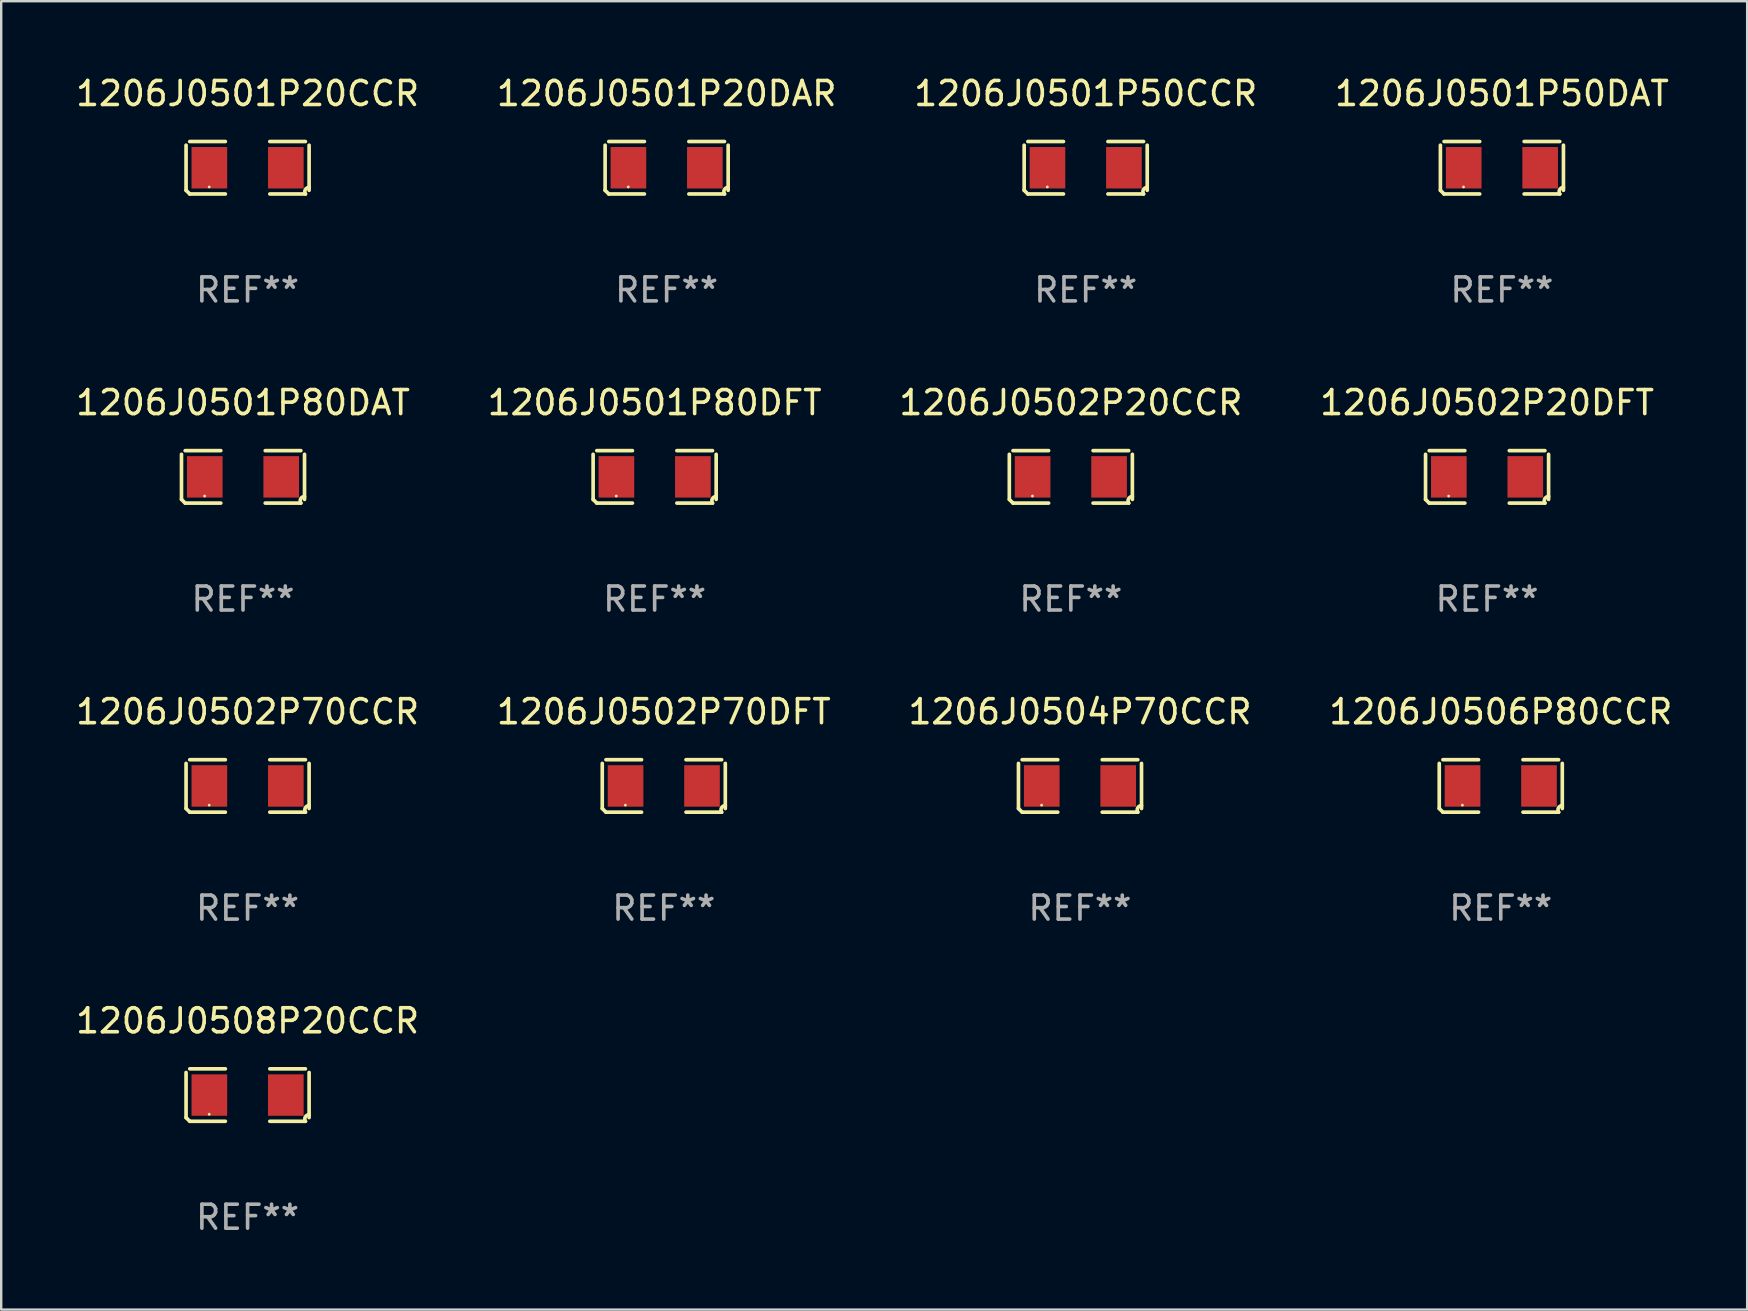
<source format=kicad_pcb>
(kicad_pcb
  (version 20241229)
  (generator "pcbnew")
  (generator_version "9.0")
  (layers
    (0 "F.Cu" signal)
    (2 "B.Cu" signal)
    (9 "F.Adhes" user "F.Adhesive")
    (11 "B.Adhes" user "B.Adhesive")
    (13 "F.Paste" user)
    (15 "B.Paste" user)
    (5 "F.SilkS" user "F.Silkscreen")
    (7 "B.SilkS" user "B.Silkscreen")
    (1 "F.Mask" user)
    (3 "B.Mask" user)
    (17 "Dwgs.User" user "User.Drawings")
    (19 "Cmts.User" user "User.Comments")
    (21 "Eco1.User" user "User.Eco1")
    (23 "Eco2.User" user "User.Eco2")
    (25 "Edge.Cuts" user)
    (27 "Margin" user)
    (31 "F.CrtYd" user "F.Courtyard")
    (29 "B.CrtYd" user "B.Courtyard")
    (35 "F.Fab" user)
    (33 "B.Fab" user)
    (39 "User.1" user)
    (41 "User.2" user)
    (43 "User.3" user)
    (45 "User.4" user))
  (footprint "1206J0501P50DAT"
    (layer "F.Cu")
    (at 59.542 3.941)
    (property "Reference" "1206J0501P50DAT" (at 0 -3.093 0) (layer "F.SilkS") (effects (font (size 1 1) (thickness 0.15))))
    (attr through_hole)
    (fp_line (start -2.564 0.94) (end -2.564 -0.94) (stroke (width 0.152) (type solid)) (layer "F.SilkS"))
    (fp_line (start -2.411 -1.093) (end -0.926 -1.093) (stroke (width 0.152) (type solid)) (layer "F.SilkS"))
    (fp_line (start -0.926 1.093) (end -2.411 1.093) (stroke (width 0.152) (type solid)) (layer "F.SilkS"))
    (fp_line (start 0.926 1.093) (end 2.411 1.093) (stroke (width 0.152) (type solid)) (layer "F.SilkS"))
    (fp_line (start 2.411 -1.093) (end 0.926 -1.093) (stroke (width 0.152) (type solid)) (layer "F.SilkS"))
    (fp_line (start 2.564 0.94) (end 2.564 -0.94) (stroke (width 0.152) (type solid)) (layer "F.SilkS"))
    (fp_arc (start -2.411201 1.092609) (mid -2.487413 1.01642) (end -2.563602 0.940208) (stroke (width 0.1524) (type solid)) (layer "F.SilkS"))
    (fp_arc (start 2.411201 1.092609) (mid 2.407159 0.911226) (end 2.563602 0.819347) (stroke (width 0.1524) (type solid)) (layer "F.SilkS"))
    (fp_circle (center -1.6 0.8) (end -1.57 0.8) (stroke (width 0.06) (type solid)) (fill no) (layer "F.SilkS"))
    (fp_text user "REF**" (at 0 5.093 0) (layer "F.Fab") (effects (font (size 1 1) (thickness 0.15))))
    (pad "1" smd rect (at -1.593 0) (size 1.485 1.728) (layers "F.Cu" "F.Mask" "F.Paste"))
    (pad "2" smd rect (at 1.593 0) (size 1.485 1.728) (layers "F.Cu" "F.Mask" "F.Paste")))
  (footprint "1206J0502P20DFT"
    (layer "F.Cu")
    (at 58.923 16.823)
    (property "Reference" "1206J0502P20DFT" (at 0 -3.093 0) (layer "F.SilkS") (effects (font (size 1 1) (thickness 0.15))))
    (attr through_hole)
    (fp_line (start -2.564 0.94) (end -2.564 -0.94) (stroke (width 0.152) (type solid)) (layer "F.SilkS"))
    (fp_line (start -2.411 -1.093) (end -0.926 -1.093) (stroke (width 0.152) (type solid)) (layer "F.SilkS"))
    (fp_line (start -0.926 1.093) (end -2.411 1.093) (stroke (width 0.152) (type solid)) (layer "F.SilkS"))
    (fp_line (start 0.926 1.093) (end 2.411 1.093) (stroke (width 0.152) (type solid)) (layer "F.SilkS"))
    (fp_line (start 2.411 -1.093) (end 0.926 -1.093) (stroke (width 0.152) (type solid)) (layer "F.SilkS"))
    (fp_line (start 2.564 0.94) (end 2.564 -0.94) (stroke (width 0.152) (type solid)) (layer "F.SilkS"))
    (fp_arc (start -2.411201 1.092609) (mid -2.487413 1.01642) (end -2.563602 0.940208) (stroke (width 0.1524) (type solid)) (layer "F.SilkS"))
    (fp_arc (start 2.411201 1.092609) (mid 2.407159 0.911226) (end 2.563602 0.819347) (stroke (width 0.1524) (type solid)) (layer "F.SilkS"))
    (fp_circle (center -1.6 0.8) (end -1.57 0.8) (stroke (width 0.06) (type solid)) (fill no) (layer "F.SilkS"))
    (fp_text user "REF**" (at 0 5.093 0) (layer "F.Fab") (effects (font (size 1 1) (thickness 0.15))))
    (pad "1" smd rect (at -1.593 0) (size 1.485 1.728) (layers "F.Cu" "F.Mask" "F.Paste"))
    (pad "2" smd rect (at 1.593 0) (size 1.485 1.728) (layers "F.Cu" "F.Mask" "F.Paste")))
  (footprint "1206J0501P20CCR"
    (layer "F.Cu")
    (at 7.268 3.941)
    (property "Reference" "1206J0501P20CCR" (at 0 -3.093 0) (layer "F.SilkS") (effects (font (size 1 1) (thickness 0.15))))
    (attr through_hole)
    (fp_line (start -2.564 0.94) (end -2.564 -0.94) (stroke (width 0.152) (type solid)) (layer "F.SilkS"))
    (fp_line (start -2.411 -1.093) (end -0.926 -1.093) (stroke (width 0.152) (type solid)) (layer "F.SilkS"))
    (fp_line (start -0.926 1.093) (end -2.411 1.093) (stroke (width 0.152) (type solid)) (layer "F.SilkS"))
    (fp_line (start 0.926 1.093) (end 2.411 1.093) (stroke (width 0.152) (type solid)) (layer "F.SilkS"))
    (fp_line (start 2.411 -1.093) (end 0.926 -1.093) (stroke (width 0.152) (type solid)) (layer "F.SilkS"))
    (fp_line (start 2.564 0.94) (end 2.564 -0.94) (stroke (width 0.152) (type solid)) (layer "F.SilkS"))
    (fp_arc (start -2.411201 1.092609) (mid -2.487413 1.01642) (end -2.563602 0.940208) (stroke (width 0.1524) (type solid)) (layer "F.SilkS"))
    (fp_arc (start 2.411201 1.092609) (mid 2.407159 0.911226) (end 2.563602 0.819347) (stroke (width 0.1524) (type solid)) (layer "F.SilkS"))
    (fp_circle (center -1.6 0.8) (end -1.57 0.8) (stroke (width 0.06) (type solid)) (fill no) (layer "F.SilkS"))
    (fp_text user "REF**" (at 0 5.093 0) (layer "F.Fab") (effects (font (size 1 1) (thickness 0.15))))
    (pad "1" smd rect (at -1.593 0) (size 1.485 1.728) (layers "F.Cu" "F.Mask" "F.Paste"))
    (pad "2" smd rect (at 1.593 0) (size 1.485 1.728) (layers "F.Cu" "F.Mask" "F.Paste")))
  (footprint "1206J0508P20CCR"
    (layer "F.Cu")
    (at 7.268 42.586)
    (property "Reference" "1206J0508P20CCR" (at 0 -3.093 0) (layer "F.SilkS") (effects (font (size 1 1) (thickness 0.15))))
    (attr through_hole)
    (fp_line (start -2.564 0.94) (end -2.564 -0.94) (stroke (width 0.152) (type solid)) (layer "F.SilkS"))
    (fp_line (start -2.411 -1.093) (end -0.926 -1.093) (stroke (width 0.152) (type solid)) (layer "F.SilkS"))
    (fp_line (start -0.926 1.093) (end -2.411 1.093) (stroke (width 0.152) (type solid)) (layer "F.SilkS"))
    (fp_line (start 0.926 1.093) (end 2.411 1.093) (stroke (width 0.152) (type solid)) (layer "F.SilkS"))
    (fp_line (start 2.411 -1.093) (end 0.926 -1.093) (stroke (width 0.152) (type solid)) (layer "F.SilkS"))
    (fp_line (start 2.564 0.94) (end 2.564 -0.94) (stroke (width 0.152) (type solid)) (layer "F.SilkS"))
    (fp_arc (start -2.411201 1.092609) (mid -2.487413 1.01642) (end -2.563602 0.940208) (stroke (width 0.1524) (type solid)) (layer "F.SilkS"))
    (fp_arc (start 2.411201 1.092609) (mid 2.407159 0.911226) (end 2.563602 0.819347) (stroke (width 0.1524) (type solid)) (layer "F.SilkS"))
    (fp_circle (center -1.6 0.8) (end -1.57 0.8) (stroke (width 0.06) (type solid)) (fill no) (layer "F.SilkS"))
    (fp_text user "REF**" (at 0 5.093 0) (layer "F.Fab") (effects (font (size 1 1) (thickness 0.15))))
    (pad "1" smd rect (at -1.593 0) (size 1.485 1.728) (layers "F.Cu" "F.Mask" "F.Paste"))
    (pad "2" smd rect (at 1.593 0) (size 1.485 1.728) (layers "F.Cu" "F.Mask" "F.Paste")))
  (footprint "1206J0506P80CCR"
    (layer "F.Cu")
    (at 59.494 29.704)
    (property "Reference" "1206J0506P80CCR" (at 0 -3.093 0) (layer "F.SilkS") (effects (font (size 1 1) (thickness 0.15))))
    (attr through_hole)
    (fp_line (start -2.564 0.94) (end -2.564 -0.94) (stroke (width 0.152) (type solid)) (layer "F.SilkS"))
    (fp_line (start -2.411 -1.093) (end -0.926 -1.093) (stroke (width 0.152) (type solid)) (layer "F.SilkS"))
    (fp_line (start -0.926 1.093) (end -2.411 1.093) (stroke (width 0.152) (type solid)) (layer "F.SilkS"))
    (fp_line (start 0.926 1.093) (end 2.411 1.093) (stroke (width 0.152) (type solid)) (layer "F.SilkS"))
    (fp_line (start 2.411 -1.093) (end 0.926 -1.093) (stroke (width 0.152) (type solid)) (layer "F.SilkS"))
    (fp_line (start 2.564 0.94) (end 2.564 -0.94) (stroke (width 0.152) (type solid)) (layer "F.SilkS"))
    (fp_arc (start -2.411201 1.092609) (mid -2.487413 1.01642) (end -2.563602 0.940208) (stroke (width 0.1524) (type solid)) (layer "F.SilkS"))
    (fp_arc (start 2.411201 1.092609) (mid 2.407159 0.911226) (end 2.563602 0.819347) (stroke (width 0.1524) (type solid)) (layer "F.SilkS"))
    (fp_circle (center -1.6 0.8) (end -1.57 0.8) (stroke (width 0.06) (type solid)) (fill no) (layer "F.SilkS"))
    (fp_text user "REF**" (at 0 5.093 0) (layer "F.Fab") (effects (font (size 1 1) (thickness 0.15))))
    (pad "1" smd rect (at -1.593 0) (size 1.485 1.728) (layers "F.Cu" "F.Mask" "F.Paste"))
    (pad "2" smd rect (at 1.593 0) (size 1.485 1.728) (layers "F.Cu" "F.Mask" "F.Paste")))
  (footprint "1206J0501P20DAR"
    (layer "F.Cu")
    (at 24.732 3.941)
    (property "Reference" "1206J0501P20DAR" (at 0 -3.093 0) (layer "F.SilkS") (effects (font (size 1 1) (thickness 0.15))))
    (attr through_hole)
    (fp_line (start -2.564 0.94) (end -2.564 -0.94) (stroke (width 0.152) (type solid)) (layer "F.SilkS"))
    (fp_line (start -2.411 -1.093) (end -0.926 -1.093) (stroke (width 0.152) (type solid)) (layer "F.SilkS"))
    (fp_line (start -0.926 1.093) (end -2.411 1.093) (stroke (width 0.152) (type solid)) (layer "F.SilkS"))
    (fp_line (start 0.926 1.093) (end 2.411 1.093) (stroke (width 0.152) (type solid)) (layer "F.SilkS"))
    (fp_line (start 2.411 -1.093) (end 0.926 -1.093) (stroke (width 0.152) (type solid)) (layer "F.SilkS"))
    (fp_line (start 2.564 0.94) (end 2.564 -0.94) (stroke (width 0.152) (type solid)) (layer "F.SilkS"))
    (fp_arc (start -2.411201 1.092609) (mid -2.487413 1.01642) (end -2.563602 0.940208) (stroke (width 0.1524) (type solid)) (layer "F.SilkS"))
    (fp_arc (start 2.411201 1.092609) (mid 2.407159 0.911226) (end 2.563602 0.819347) (stroke (width 0.1524) (type solid)) (layer "F.SilkS"))
    (fp_circle (center -1.6 0.8) (end -1.57 0.8) (stroke (width 0.06) (type solid)) (fill no) (layer "F.SilkS"))
    (fp_text user "REF**" (at 0 5.093 0) (layer "F.Fab") (effects (font (size 1 1) (thickness 0.15))))
    (pad "1" smd rect (at -1.593 0) (size 1.485 1.728) (layers "F.Cu" "F.Mask" "F.Paste"))
    (pad "2" smd rect (at 1.593 0) (size 1.485 1.728) (layers "F.Cu" "F.Mask" "F.Paste")))
  (footprint "1206J0501P50CCR"
    (layer "F.Cu")
    (at 42.196 3.941)
    (property "Reference" "1206J0501P50CCR" (at 0 -3.093 0) (layer "F.SilkS") (effects (font (size 1 1) (thickness 0.15))))
    (attr through_hole)
    (fp_line (start -2.564 0.94) (end -2.564 -0.94) (stroke (width 0.152) (type solid)) (layer "F.SilkS"))
    (fp_line (start -2.411 -1.093) (end -0.926 -1.093) (stroke (width 0.152) (type solid)) (layer "F.SilkS"))
    (fp_line (start -0.926 1.093) (end -2.411 1.093) (stroke (width 0.152) (type solid)) (layer "F.SilkS"))
    (fp_line (start 0.926 1.093) (end 2.411 1.093) (stroke (width 0.152) (type solid)) (layer "F.SilkS"))
    (fp_line (start 2.411 -1.093) (end 0.926 -1.093) (stroke (width 0.152) (type solid)) (layer "F.SilkS"))
    (fp_line (start 2.564 0.94) (end 2.564 -0.94) (stroke (width 0.152) (type solid)) (layer "F.SilkS"))
    (fp_arc (start -2.411201 1.092609) (mid -2.487413 1.01642) (end -2.563602 0.940208) (stroke (width 0.1524) (type solid)) (layer "F.SilkS"))
    (fp_arc (start 2.411201 1.092609) (mid 2.407159 0.911226) (end 2.563602 0.819347) (stroke (width 0.1524) (type solid)) (layer "F.SilkS"))
    (fp_circle (center -1.6 0.8) (end -1.57 0.8) (stroke (width 0.06) (type solid)) (fill no) (layer "F.SilkS"))
    (fp_text user "REF**" (at 0 5.093 0) (layer "F.Fab") (effects (font (size 1 1) (thickness 0.15))))
    (pad "1" smd rect (at -1.593 0) (size 1.485 1.728) (layers "F.Cu" "F.Mask" "F.Paste"))
    (pad "2" smd rect (at 1.593 0) (size 1.485 1.728) (layers "F.Cu" "F.Mask" "F.Paste")))
  (footprint "1206J0504P70CCR"
    (layer "F.Cu")
    (at 41.958 29.704)
    (property "Reference" "1206J0504P70CCR" (at 0 -3.093 0) (layer "F.SilkS") (effects (font (size 1 1) (thickness 0.15))))
    (attr through_hole)
    (fp_line (start -2.564 0.94) (end -2.564 -0.94) (stroke (width 0.152) (type solid)) (layer "F.SilkS"))
    (fp_line (start -2.411 -1.093) (end -0.926 -1.093) (stroke (width 0.152) (type solid)) (layer "F.SilkS"))
    (fp_line (start -0.926 1.093) (end -2.411 1.093) (stroke (width 0.152) (type solid)) (layer "F.SilkS"))
    (fp_line (start 0.926 1.093) (end 2.411 1.093) (stroke (width 0.152) (type solid)) (layer "F.SilkS"))
    (fp_line (start 2.411 -1.093) (end 0.926 -1.093) (stroke (width 0.152) (type solid)) (layer "F.SilkS"))
    (fp_line (start 2.564 0.94) (end 2.564 -0.94) (stroke (width 0.152) (type solid)) (layer "F.SilkS"))
    (fp_arc (start -2.411201 1.092609) (mid -2.487413 1.01642) (end -2.563602 0.940208) (stroke (width 0.1524) (type solid)) (layer "F.SilkS"))
    (fp_arc (start 2.411201 1.092609) (mid 2.407159 0.911226) (end 2.563602 0.819347) (stroke (width 0.1524) (type solid)) (layer "F.SilkS"))
    (fp_circle (center -1.6 0.8) (end -1.57 0.8) (stroke (width 0.06) (type solid)) (fill no) (layer "F.SilkS"))
    (fp_text user "REF**" (at 0 5.093 0) (layer "F.Fab") (effects (font (size 1 1) (thickness 0.15))))
    (pad "1" smd rect (at -1.593 0) (size 1.485 1.728) (layers "F.Cu" "F.Mask" "F.Paste"))
    (pad "2" smd rect (at 1.593 0) (size 1.485 1.728) (layers "F.Cu" "F.Mask" "F.Paste")))
  (footprint "1206J0502P70DFT"
    (layer "F.Cu")
    (at 24.613 29.704)
    (property "Reference" "1206J0502P70DFT" (at 0 -3.093 0) (layer "F.SilkS") (effects (font (size 1 1) (thickness 0.15))))
    (attr through_hole)
    (fp_line (start -2.564 0.94) (end -2.564 -0.94) (stroke (width 0.152) (type solid)) (layer "F.SilkS"))
    (fp_line (start -2.411 -1.093) (end -0.926 -1.093) (stroke (width 0.152) (type solid)) (layer "F.SilkS"))
    (fp_line (start -0.926 1.093) (end -2.411 1.093) (stroke (width 0.152) (type solid)) (layer "F.SilkS"))
    (fp_line (start 0.926 1.093) (end 2.411 1.093) (stroke (width 0.152) (type solid)) (layer "F.SilkS"))
    (fp_line (start 2.411 -1.093) (end 0.926 -1.093) (stroke (width 0.152) (type solid)) (layer "F.SilkS"))
    (fp_line (start 2.564 0.94) (end 2.564 -0.94) (stroke (width 0.152) (type solid)) (layer "F.SilkS"))
    (fp_arc (start -2.411201 1.092609) (mid -2.487413 1.01642) (end -2.563602 0.940208) (stroke (width 0.1524) (type solid)) (layer "F.SilkS"))
    (fp_arc (start 2.411201 1.092609) (mid 2.407159 0.911226) (end 2.563602 0.819347) (stroke (width 0.1524) (type solid)) (layer "F.SilkS"))
    (fp_circle (center -1.6 0.8) (end -1.57 0.8) (stroke (width 0.06) (type solid)) (fill no) (layer "F.SilkS"))
    (fp_text user "REF**" (at 0 5.093 0) (layer "F.Fab") (effects (font (size 1 1) (thickness 0.15))))
    (pad "1" smd rect (at -1.593 0) (size 1.485 1.728) (layers "F.Cu" "F.Mask" "F.Paste"))
    (pad "2" smd rect (at 1.593 0) (size 1.485 1.728) (layers "F.Cu" "F.Mask" "F.Paste")))
  (footprint "1206J0502P20CCR"
    (layer "F.Cu")
    (at 41.577 16.823)
    (property "Reference" "1206J0502P20CCR" (at 0 -3.093 0) (layer "F.SilkS") (effects (font (size 1 1) (thickness 0.15))))
    (attr through_hole)
    (fp_line (start -2.564 0.94) (end -2.564 -0.94) (stroke (width 0.152) (type solid)) (layer "F.SilkS"))
    (fp_line (start -2.411 -1.093) (end -0.926 -1.093) (stroke (width 0.152) (type solid)) (layer "F.SilkS"))
    (fp_line (start -0.926 1.093) (end -2.411 1.093) (stroke (width 0.152) (type solid)) (layer "F.SilkS"))
    (fp_line (start 0.926 1.093) (end 2.411 1.093) (stroke (width 0.152) (type solid)) (layer "F.SilkS"))
    (fp_line (start 2.411 -1.093) (end 0.926 -1.093) (stroke (width 0.152) (type solid)) (layer "F.SilkS"))
    (fp_line (start 2.564 0.94) (end 2.564 -0.94) (stroke (width 0.152) (type solid)) (layer "F.SilkS"))
    (fp_arc (start -2.411201 1.092609) (mid -2.487413 1.01642) (end -2.563602 0.940208) (stroke (width 0.1524) (type solid)) (layer "F.SilkS"))
    (fp_arc (start 2.411201 1.092609) (mid 2.407159 0.911226) (end 2.563602 0.819347) (stroke (width 0.1524) (type solid)) (layer "F.SilkS"))
    (fp_circle (center -1.6 0.8) (end -1.57 0.8) (stroke (width 0.06) (type solid)) (fill no) (layer "F.SilkS"))
    (fp_text user "REF**" (at 0 5.093 0) (layer "F.Fab") (effects (font (size 1 1) (thickness 0.15))))
    (pad "1" smd rect (at -1.593 0) (size 1.485 1.728) (layers "F.Cu" "F.Mask" "F.Paste"))
    (pad "2" smd rect (at 1.593 0) (size 1.485 1.728) (layers "F.Cu" "F.Mask" "F.Paste")))
  (footprint "1206J0501P80DFT"
    (layer "F.Cu")
    (at 24.232 16.823)
    (property "Reference" "1206J0501P80DFT" (at 0 -3.093 0) (layer "F.SilkS") (effects (font (size 1 1) (thickness 0.15))))
    (attr through_hole)
    (fp_line (start -2.564 0.94) (end -2.564 -0.94) (stroke (width 0.152) (type solid)) (layer "F.SilkS"))
    (fp_line (start -2.411 -1.093) (end -0.926 -1.093) (stroke (width 0.152) (type solid)) (layer "F.SilkS"))
    (fp_line (start -0.926 1.093) (end -2.411 1.093) (stroke (width 0.152) (type solid)) (layer "F.SilkS"))
    (fp_line (start 0.926 1.093) (end 2.411 1.093) (stroke (width 0.152) (type solid)) (layer "F.SilkS"))
    (fp_line (start 2.411 -1.093) (end 0.926 -1.093) (stroke (width 0.152) (type solid)) (layer "F.SilkS"))
    (fp_line (start 2.564 0.94) (end 2.564 -0.94) (stroke (width 0.152) (type solid)) (layer "F.SilkS"))
    (fp_arc (start -2.411201 1.092609) (mid -2.487413 1.01642) (end -2.563602 0.940208) (stroke (width 0.1524) (type solid)) (layer "F.SilkS"))
    (fp_arc (start 2.411201 1.092609) (mid 2.407159 0.911226) (end 2.563602 0.819347) (stroke (width 0.1524) (type solid)) (layer "F.SilkS"))
    (fp_circle (center -1.6 0.8) (end -1.57 0.8) (stroke (width 0.06) (type solid)) (fill no) (layer "F.SilkS"))
    (fp_text user "REF**" (at 0 5.093 0) (layer "F.Fab") (effects (font (size 1 1) (thickness 0.15))))
    (pad "1" smd rect (at -1.593 0) (size 1.485 1.728) (layers "F.Cu" "F.Mask" "F.Paste"))
    (pad "2" smd rect (at 1.593 0) (size 1.485 1.728) (layers "F.Cu" "F.Mask" "F.Paste")))
  (footprint "1206J0501P80DAT"
    (layer "F.Cu")
    (at 7.077 16.823)
    (property "Reference" "1206J0501P80DAT" (at 0 -3.093 0) (layer "F.SilkS") (effects (font (size 1 1) (thickness 0.15))))
    (attr through_hole)
    (fp_line (start -2.564 0.94) (end -2.564 -0.94) (stroke (width 0.152) (type solid)) (layer "F.SilkS"))
    (fp_line (start -2.411 -1.093) (end -0.926 -1.093) (stroke (width 0.152) (type solid)) (layer "F.SilkS"))
    (fp_line (start -0.926 1.093) (end -2.411 1.093) (stroke (width 0.152) (type solid)) (layer "F.SilkS"))
    (fp_line (start 0.926 1.093) (end 2.411 1.093) (stroke (width 0.152) (type solid)) (layer "F.SilkS"))
    (fp_line (start 2.411 -1.093) (end 0.926 -1.093) (stroke (width 0.152) (type solid)) (layer "F.SilkS"))
    (fp_line (start 2.564 0.94) (end 2.564 -0.94) (stroke (width 0.152) (type solid)) (layer "F.SilkS"))
    (fp_arc (start -2.411201 1.092609) (mid -2.487413 1.01642) (end -2.563602 0.940208) (stroke (width 0.1524) (type solid)) (layer "F.SilkS"))
    (fp_arc (start 2.411201 1.092609) (mid 2.407159 0.911226) (end 2.563602 0.819347) (stroke (width 0.1524) (type solid)) (layer "F.SilkS"))
    (fp_circle (center -1.6 0.8) (end -1.57 0.8) (stroke (width 0.06) (type solid)) (fill no) (layer "F.SilkS"))
    (fp_text user "REF**" (at 0 5.093 0) (layer "F.Fab") (effects (font (size 1 1) (thickness 0.15))))
    (pad "1" smd rect (at -1.593 0) (size 1.485 1.728) (layers "F.Cu" "F.Mask" "F.Paste"))
    (pad "2" smd rect (at 1.593 0) (size 1.485 1.728) (layers "F.Cu" "F.Mask" "F.Paste")))
  (footprint "1206J0502P70CCR"
    (layer "F.Cu")
    (at 7.268 29.704)
    (property "Reference" "1206J0502P70CCR" (at 0 -3.093 0) (layer "F.SilkS") (effects (font (size 1 1) (thickness 0.15))))
    (attr through_hole)
    (fp_line (start -2.564 0.94) (end -2.564 -0.94) (stroke (width 0.152) (type solid)) (layer "F.SilkS"))
    (fp_line (start -2.411 -1.093) (end -0.926 -1.093) (stroke (width 0.152) (type solid)) (layer "F.SilkS"))
    (fp_line (start -0.926 1.093) (end -2.411 1.093) (stroke (width 0.152) (type solid)) (layer "F.SilkS"))
    (fp_line (start 0.926 1.093) (end 2.411 1.093) (stroke (width 0.152) (type solid)) (layer "F.SilkS"))
    (fp_line (start 2.411 -1.093) (end 0.926 -1.093) (stroke (width 0.152) (type solid)) (layer "F.SilkS"))
    (fp_line (start 2.564 0.94) (end 2.564 -0.94) (stroke (width 0.152) (type solid)) (layer "F.SilkS"))
    (fp_arc (start -2.411201 1.092609) (mid -2.487413 1.01642) (end -2.563602 0.940208) (stroke (width 0.1524) (type solid)) (layer "F.SilkS"))
    (fp_arc (start 2.411201 1.092609) (mid 2.407159 0.911226) (end 2.563602 0.819347) (stroke (width 0.1524) (type solid)) (layer "F.SilkS"))
    (fp_circle (center -1.6 0.8) (end -1.57 0.8) (stroke (width 0.06) (type solid)) (fill no) (layer "F.SilkS"))
    (fp_text user "REF**" (at 0 5.093 0) (layer "F.Fab") (effects (font (size 1 1) (thickness 0.15))))
    (pad "1" smd rect (at -1.593 0) (size 1.485 1.728) (layers "F.Cu" "F.Mask" "F.Paste"))
    (pad "2" smd rect (at 1.593 0) (size 1.485 1.728) (layers "F.Cu" "F.Mask" "F.Paste")))
  (gr_rect
    (start -3 -3)
    (end 69.762 51.527)
    (stroke (width 0.1) (type default))
    (fill no)
    (layer "Edge.Cuts")))
</source>
